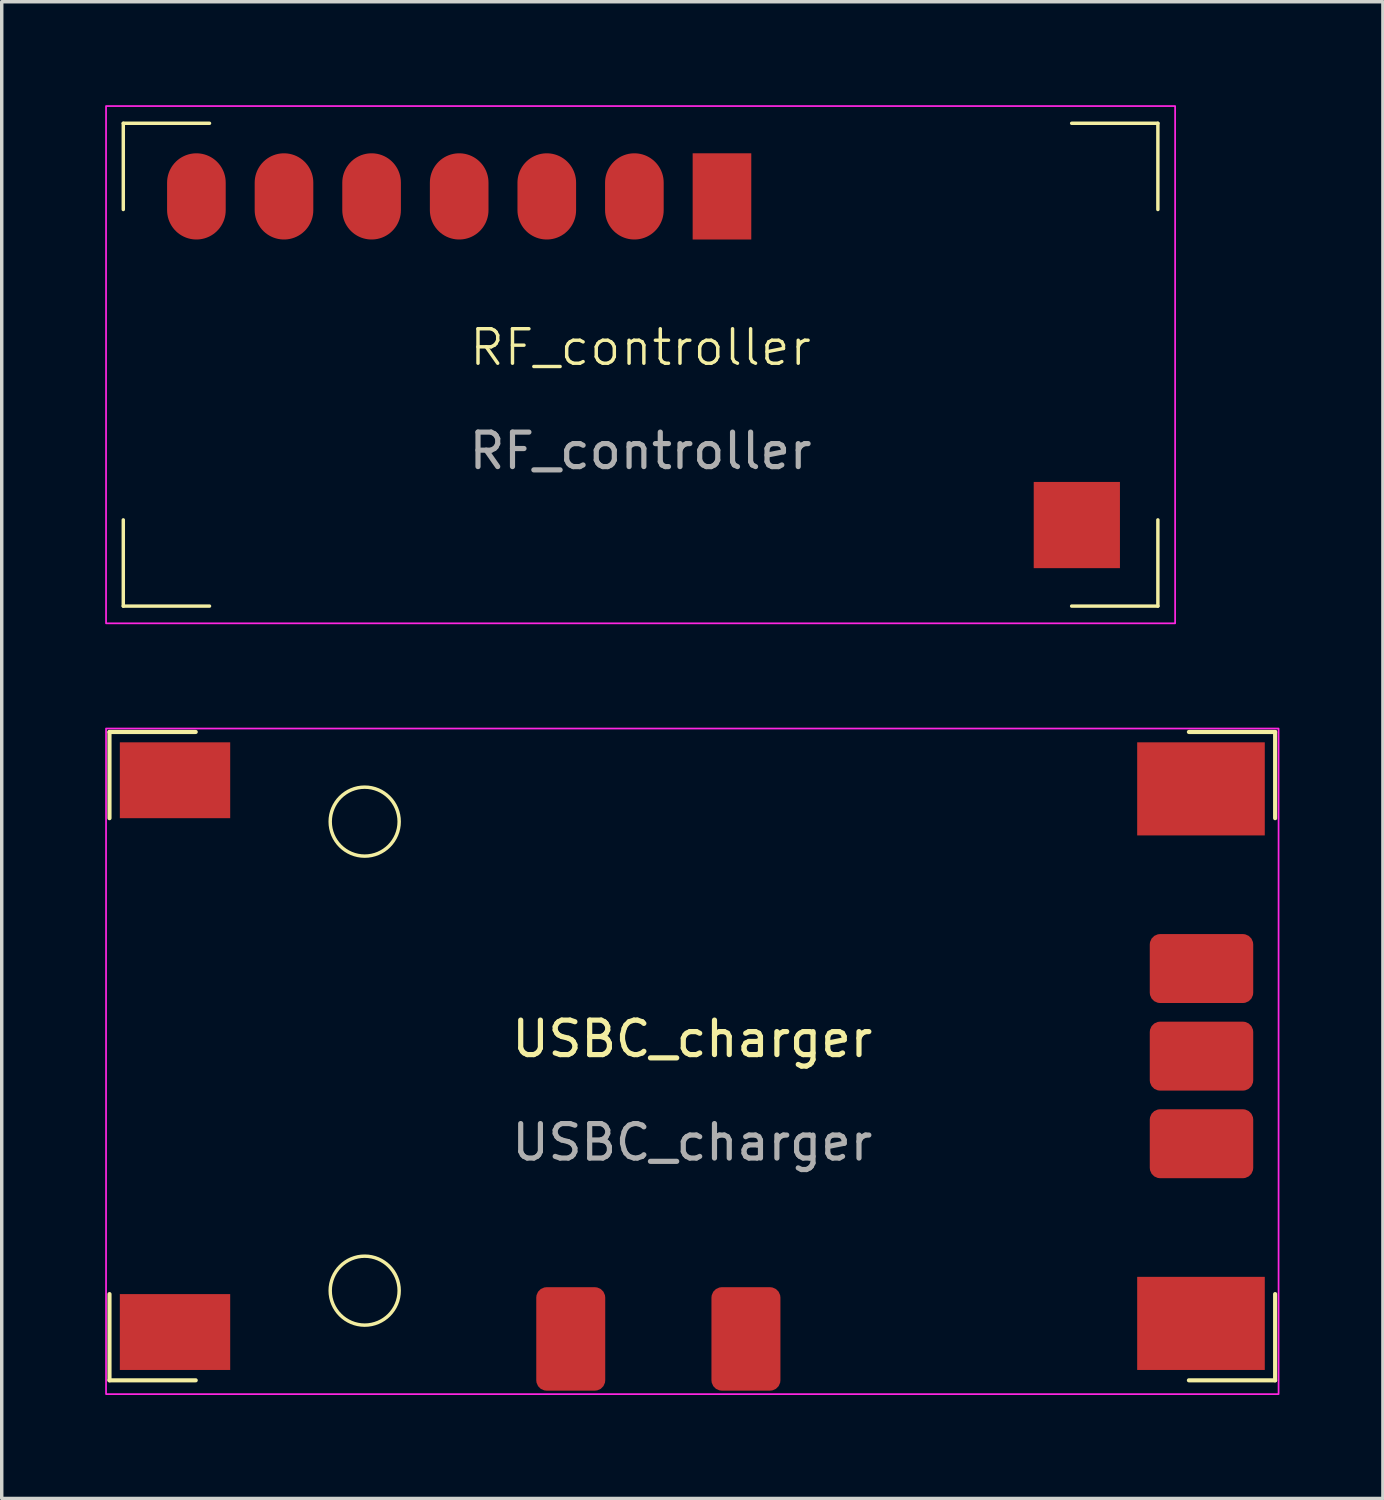
<source format=kicad_pcb>
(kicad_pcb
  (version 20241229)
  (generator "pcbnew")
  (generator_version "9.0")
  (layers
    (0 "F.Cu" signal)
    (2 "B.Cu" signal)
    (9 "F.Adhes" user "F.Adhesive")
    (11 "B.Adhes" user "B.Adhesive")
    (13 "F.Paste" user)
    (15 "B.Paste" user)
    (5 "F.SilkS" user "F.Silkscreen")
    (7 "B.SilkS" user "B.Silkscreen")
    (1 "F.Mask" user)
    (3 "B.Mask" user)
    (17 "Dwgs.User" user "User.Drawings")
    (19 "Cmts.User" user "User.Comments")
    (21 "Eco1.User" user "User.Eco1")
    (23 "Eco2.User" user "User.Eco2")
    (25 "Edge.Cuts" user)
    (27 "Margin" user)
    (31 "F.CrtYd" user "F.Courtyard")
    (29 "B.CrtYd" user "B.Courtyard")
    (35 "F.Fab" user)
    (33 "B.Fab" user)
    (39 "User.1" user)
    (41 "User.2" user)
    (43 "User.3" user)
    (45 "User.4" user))
  (footprint "RF_controller"
    (layer "F.Cu")
    (at 15.525 7.525)
    (property "Reference" "RF_controller" (at 0 -0.5 0) (unlocked yes) (layer "F.SilkS") (effects (font (size 1 1) (thickness 0.1))))
    (attr smd)
    (fp_line (start -15 -7) (end -15 -4.5) (stroke (width 0.1) (type default)) (layer "F.SilkS"))
    (fp_line (start -15 4.5) (end -15 7) (stroke (width 0.1) (type default)) (layer "F.SilkS"))
    (fp_line (start -15 7) (end -12.5 7) (stroke (width 0.1) (type default)) (layer "F.SilkS"))
    (fp_line (start -12.5 -7) (end -15 -7) (stroke (width 0.1) (type default)) (layer "F.SilkS"))
    (fp_line (start 12.5 -7) (end 15 -7) (stroke (width 0.1) (type default)) (layer "F.SilkS"))
    (fp_line (start 12.5 7) (end 15 7) (stroke (width 0.1) (type default)) (layer "F.SilkS"))
    (fp_line (start 15 -7) (end 15 -4.5) (stroke (width 0.1) (type default)) (layer "F.SilkS"))
    (fp_line (start 15 7) (end 15 4.5) (stroke (width 0.1) (type default)) (layer "F.SilkS"))
    (fp_rect (start -15.5 -7.5) (end 15.5 7.5) (stroke (width 0.05) (type default)) (fill no) (layer "F.CrtYd"))
    (fp_text user "${REFERENCE}" (at 0 2.5 0) (unlocked yes) (layer "F.Fab") (effects (font (size 1 1) (thickness 0.15))))
    (pad "1" smd rect (at 2.36 -4.88) (size 1.7 2.5) (layers "F.Cu" "F.Mask" "F.Paste"))
    (pad "2" smd oval (at -0.18 -4.88) (size 1.7 2.5) (layers "F.Cu" "F.Mask" "F.Paste"))
    (pad "3" smd oval (at -2.72 -4.88) (size 1.7 2.5) (layers "F.Cu" "F.Mask" "F.Paste"))
    (pad "4" smd oval (at -5.26 -4.88) (size 1.7 2.5) (layers "F.Cu" "F.Mask" "F.Paste"))
    (pad "5" smd oval (at -7.8 -4.88) (size 1.7 2.5) (layers "F.Cu" "F.Mask" "F.Paste"))
    (pad "6" smd oval (at -10.34 -4.88) (size 1.7 2.5) (layers "F.Cu" "F.Mask" "F.Paste"))
    (pad "7" smd oval (at -12.88 -4.88) (size 1.7 2.5) (layers "F.Cu" "F.Mask" "F.Paste"))
    (pad "8" smd rect (at 12.65 4.65) (size 2.5 2.5) (layers "F.Cu" "F.Mask" "F.Paste")))
  (footprint "USBC_charger"
    (layer "F.Cu")
    (at 17.025 27.575)
    (property "Reference" "USBC_charger" (at 0 -0.5 0) (unlocked yes) (layer "F.SilkS") (effects (font (size 1 1) (thickness 0.15))))
    (attr smd)
    (fp_line (start -16.9 -9.4) (end -14.4 -9.4) (stroke (width 0.12) (type default)) (layer "F.SilkS"))
    (fp_line (start -16.9 -6.9) (end -16.9 -9.4) (stroke (width 0.12) (type default)) (layer "F.SilkS"))
    (fp_line (start -16.9 6.9) (end -16.9 9.4) (stroke (width 0.12) (type default)) (layer "F.SilkS"))
    (fp_line (start -14.4 9.4) (end -16.9 9.4) (stroke (width 0.12) (type default)) (layer "F.SilkS"))
    (fp_line (start 14.4 -9.4) (end 16.9 -9.4) (stroke (width 0.12) (type default)) (layer "F.SilkS"))
    (fp_line (start 14.4 9.4) (end 16.9 9.4) (stroke (width 0.12) (type default)) (layer "F.SilkS"))
    (fp_line (start 16.9 -9.4) (end 16.9 -6.9) (stroke (width 0.12) (type default)) (layer "F.SilkS"))
    (fp_line (start 16.9 9.4) (end 16.9 6.9) (stroke (width 0.12) (type default)) (layer "F.SilkS"))
    (fp_circle (center -9.5 -6.8) (end -8.5 -6.8) (stroke (width 0.1) (type default)) (fill no) (layer "F.SilkS"))
    (fp_circle (center -9.5 6.8) (end -8.5 6.8) (stroke (width 0.1) (type default)) (fill no) (layer "F.SilkS"))
    (fp_rect (start -17 -9.5) (end 17 9.8) (stroke (width 0.05) (type default)) (fill no) (layer "F.CrtYd"))
    (fp_text user "${REFERENCE}" (at 0 2.5 0) (unlocked yes) (layer "F.Fab") (effects (font (size 1 1) (thickness 0.15))))
    (pad "1" smd rect (at -15 -8) (size 3.2 2.2) (layers "F.Cu" "F.Mask" "F.Paste"))
    (pad "2" smd rect (at -15 8) (size 3.2 2.2) (layers "F.Cu" "F.Mask" "F.Paste"))
    (pad "2" smd roundrect (at 1.555 8.2 90) (size 3 2) (layers "F.Cu" "F.Mask" "F.Paste") (roundrect_rratio 0.15))
    (pad "3" smd rect (at 14.75 7.75) (size 3.7 2.7) (layers "F.Cu" "F.Mask" "F.Paste"))
    (pad "3" smd roundrect (at 14.765 2.54 90) (size 2 3) (layers "F.Cu" "F.Mask" "F.Paste") (roundrect_rratio 0.15))
    (pad "4" smd roundrect (at 14.765 0 90) (size 2 3) (layers "F.Cu" "F.Mask" "F.Paste") (roundrect_rratio 0.15))
    (pad "5" smd rect (at 14.75 -7.75) (size 3.7 2.7) (layers "F.Cu" "F.Mask" "F.Paste"))
    (pad "5" smd roundrect (at 14.765 -2.54 90) (size 2 3) (layers "F.Cu" "F.Mask" "F.Paste") (roundrect_rratio 0.15))
    (pad "6" smd roundrect (at -3.525 8.2 90) (size 3 2) (layers "F.Cu" "F.Mask" "F.Paste") (roundrect_rratio 0.15)))
  (gr_rect
    (start -3 -3)
    (end 37.05 40.4)
    (stroke (width 0.1) (type default))
    (fill no)
    (layer "Edge.Cuts")))
</source>
